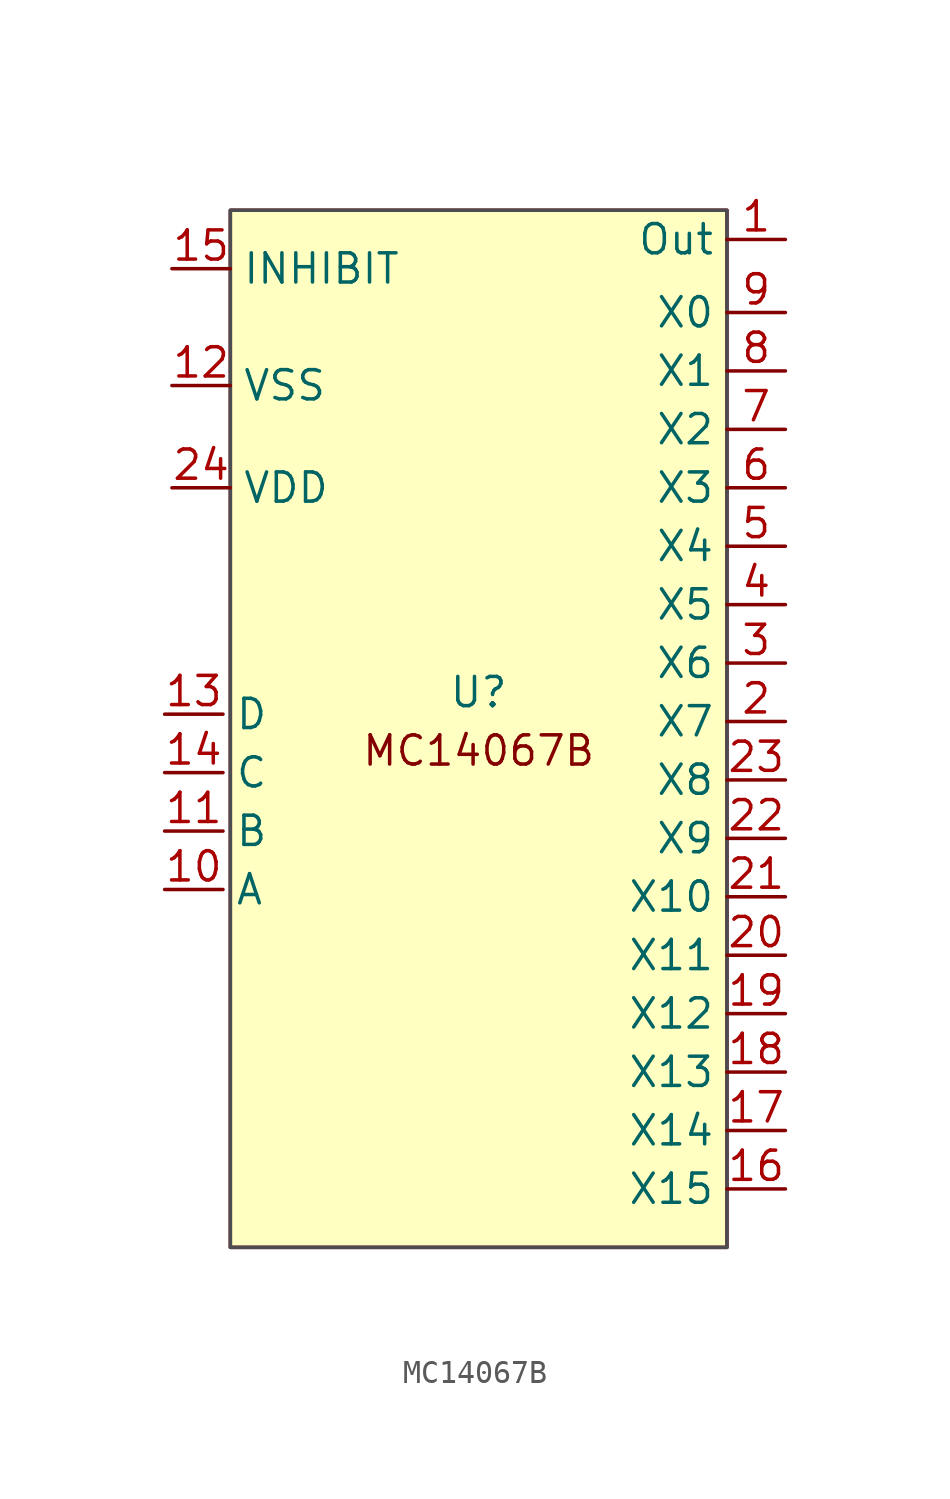
<source format=kicad_sym>
(kicad_symbol_lib
  (version 20231120)
  (generator "kicad_symbol_editor")
  (generator_version "8.0")
  (symbol "MC14067B"
    (property "Reference" "U"
      (at 5.715 -13.97 0)
      (effects (font (size 1.27 1.27))))
    (property "Value" ""
      (at 5.715 -13.97 0)
      (effects (font (size 1.27 1.27))))
    (symbol "MC14067B_1_1"
      (rectangle (start -5.08 6.985) (end 16.51 -38.1) (stroke (width 0) (type default)) (fill (type none)))
      (rectangle (start -5.08 6.985) (end 16.51 -38.1) (stroke (width 0) (type default) (color 77 76 80 0)) (fill (type background)))
      (text "MC14067B\n" (at 5.715 -16.51 0) (effects (font (size 1.27 1.27))))
      (pin output line (at 19.05 5.715 180) (length 2.54) (name "Out" (effects (font (size 1.27 1.27)))) (number "1" (effects (font (size 1.27 1.27)))))
      (pin input line (at -7.938 -22.543 0) (length 2.54) (name "A" (effects (font (size 1.27 1.27)))) (number "10" (effects (font (size 1.27 1.27)))))
      (pin input line (at -7.938 -20.003 0) (length 2.54) (name "B" (effects (font (size 1.27 1.27)))) (number "11" (effects (font (size 1.27 1.27)))))
      (pin input line (at -7.62 -0.635 0) (length 2.54) (name "VSS" (effects (font (size 1.27 1.27)))) (number "12" (effects (font (size 1.27 1.27)))))
      (pin input line (at -7.938 -14.922 0) (length 2.54) (name "D" (effects (font (size 1.27 1.27)))) (number "13" (effects (font (size 1.27 1.27)))))
      (pin input line (at -7.938 -17.462 0) (length 2.54) (name "C" (effects (font (size 1.27 1.27)))) (number "14" (effects (font (size 1.27 1.27)))))
      (pin input line (at -7.62 4.445 0) (length 2.54) (name "INHIBIT" (effects (font (size 1.27 1.27)))) (number "15" (effects (font (size 1.27 1.27)))))
      (pin input line (at 19.05 -35.56 180) (length 2.54) (name "X15" (effects (font (size 1.27 1.27)))) (number "16" (effects (font (size 1.27 1.27)))))
      (pin input line (at 19.05 -33.02 180) (length 2.54) (name "X14" (effects (font (size 1.27 1.27)))) (number "17" (effects (font (size 1.27 1.27)))))
      (pin input line (at 19.05 -30.48 180) (length 2.54) (name "X13" (effects (font (size 1.27 1.27)))) (number "18" (effects (font (size 1.27 1.27)))))
      (pin input line (at 19.05 -27.94 180) (length 2.54) (name "X12" (effects (font (size 1.27 1.27)))) (number "19" (effects (font (size 1.27 1.27)))))
      (pin input line (at 19.05 -15.24 180) (length 2.54) (name "X7" (effects (font (size 1.27 1.27)))) (number "2" (effects (font (size 1.27 1.27)))))
      (pin input line (at 19.05 -25.4 180) (length 2.54) (name "X11" (effects (font (size 1.27 1.27)))) (number "20" (effects (font (size 1.27 1.27)))))
      (pin input line (at 19.05 -22.86 180) (length 2.54) (name "X10" (effects (font (size 1.27 1.27)))) (number "21" (effects (font (size 1.27 1.27)))))
      (pin input line (at 19.05 -20.32 180) (length 2.54) (name "X9" (effects (font (size 1.27 1.27)))) (number "22" (effects (font (size 1.27 1.27)))))
      (pin input line (at 19.05 -17.78 180) (length 2.54) (name "X8" (effects (font (size 1.27 1.27)))) (number "23" (effects (font (size 1.27 1.27)))))
      (pin input line (at -7.62 -5.08 0) (length 2.54) (name "VDD" (effects (font (size 1.27 1.27)))) (number "24" (effects (font (size 1.27 1.27)))))
      (pin input line (at 19.05 -12.7 180) (length 2.54) (name "X6" (effects (font (size 1.27 1.27)))) (number "3" (effects (font (size 1.27 1.27)))))
      (pin input line (at 19.05 -10.16 180) (length 2.54) (name "X5" (effects (font (size 1.27 1.27)))) (number "4" (effects (font (size 1.27 1.27)))))
      (pin input line (at 19.05 -7.62 180) (length 2.54) (name "X4" (effects (font (size 1.27 1.27)))) (number "5" (effects (font (size 1.27 1.27)))))
      (pin input line (at 19.05 -5.08 180) (length 2.54) (name "X3" (effects (font (size 1.27 1.27)))) (number "6" (effects (font (size 1.27 1.27)))))
      (pin input line (at 19.05 -2.54 180) (length 2.54) (name "X2" (effects (font (size 1.27 1.27)))) (number "7" (effects (font (size 1.27 1.27)))))
      (pin input line (at 19.05 0 180) (length 2.54) (name "X1" (effects (font (size 1.27 1.27)))) (number "8" (effects (font (size 1.27 1.27)))))
      (pin input line (at 19.05 2.54 180) (length 2.54) (name "X0" (effects (font (size 1.27 1.27)))) (number "9" (effects (font (size 1.27 1.27))))))))
</source>
